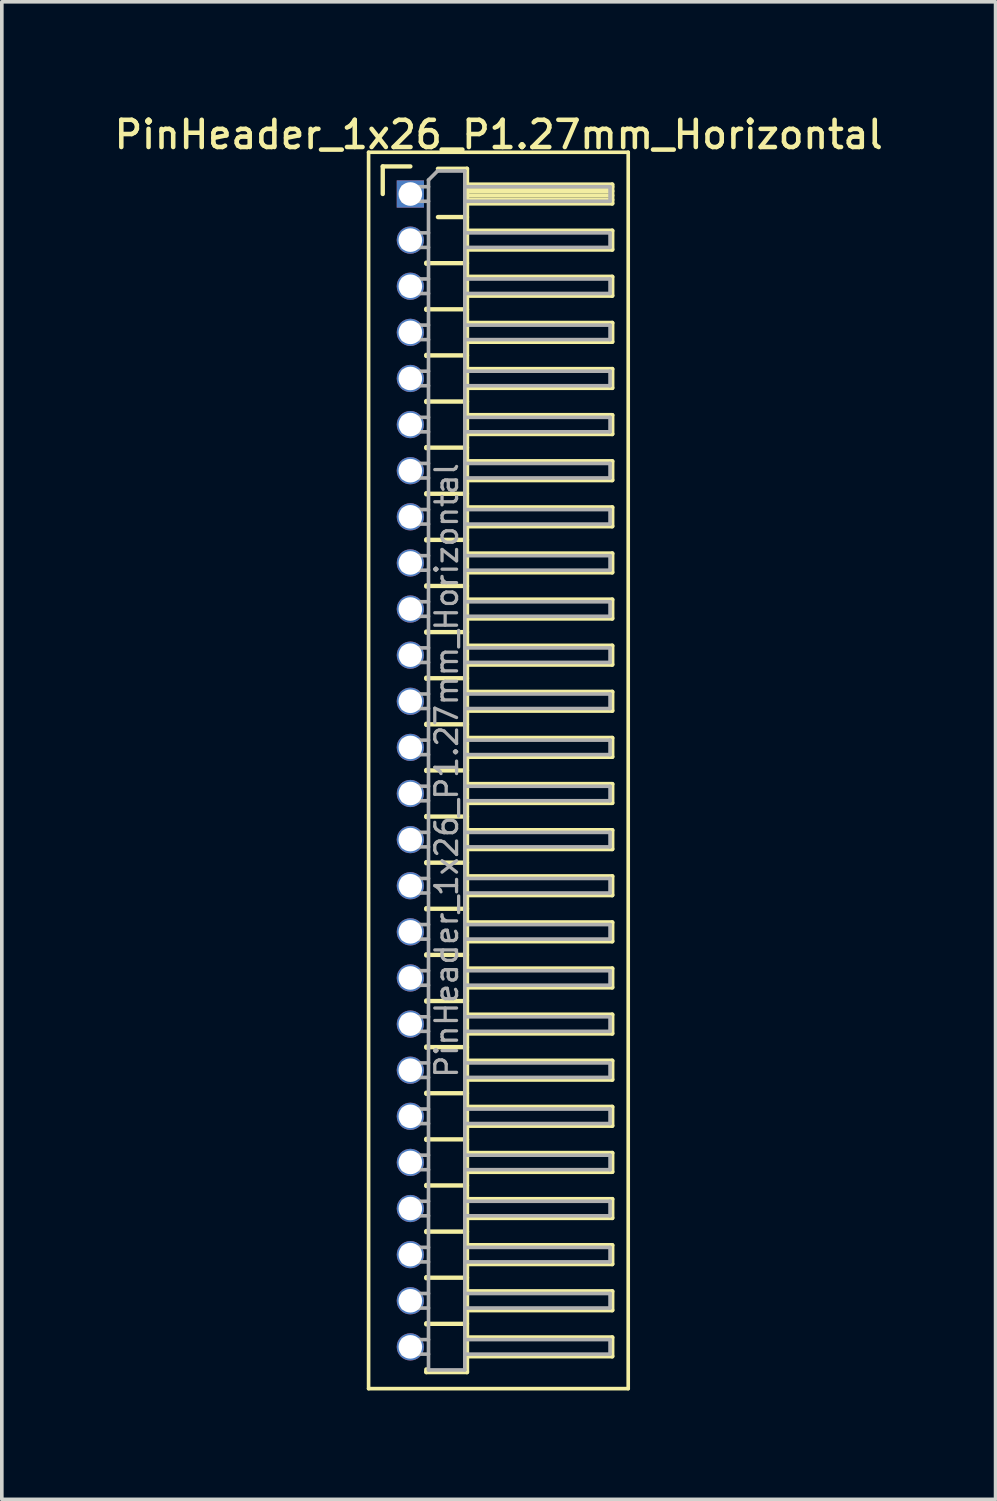
<source format=kicad_pcb>
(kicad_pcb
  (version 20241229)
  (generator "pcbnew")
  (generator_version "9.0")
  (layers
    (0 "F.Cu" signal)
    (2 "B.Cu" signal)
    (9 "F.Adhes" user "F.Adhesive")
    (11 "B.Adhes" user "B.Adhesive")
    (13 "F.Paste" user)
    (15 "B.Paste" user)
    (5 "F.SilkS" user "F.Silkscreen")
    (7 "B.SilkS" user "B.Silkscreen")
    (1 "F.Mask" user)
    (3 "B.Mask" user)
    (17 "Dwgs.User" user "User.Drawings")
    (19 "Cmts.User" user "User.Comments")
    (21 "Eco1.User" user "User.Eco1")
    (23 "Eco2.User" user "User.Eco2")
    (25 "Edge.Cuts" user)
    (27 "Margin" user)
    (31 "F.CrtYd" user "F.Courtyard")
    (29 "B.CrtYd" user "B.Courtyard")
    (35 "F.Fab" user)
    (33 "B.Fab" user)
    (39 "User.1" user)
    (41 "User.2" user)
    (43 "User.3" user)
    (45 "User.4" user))
  (footprint "PinHeader_1x26_P1.27mm_Horizontal"
    (layer "F.Cu")
    (at 8.251 2.293)
    (property "Reference" "PinHeader_1x26_P1.27mm_Horizontal" (at 2.433 -1.635 0) (layer "F.SilkS") (effects (font (size 0.75 0.75) (thickness 0.125))))
    (attr through_hole)
    (fp_line (start -1.15 -1.15) (end -1.15 32.9) (stroke (width 0.1) (type solid)) (layer "F.SilkS"))
    (fp_line (start -1.15 32.9) (end 6 32.9) (stroke (width 0.1) (type solid)) (layer "F.SilkS"))
    (fp_line (start -0.76 -0.76) (end 0 -0.76) (stroke (width 0.12) (type solid)) (layer "F.SilkS"))
    (fp_line (start -0.76 0) (end -0.76 -0.76) (stroke (width 0.12) (type solid)) (layer "F.SilkS"))
    (fp_line (start 0.44 1.89) (end 0.44 1.92) (stroke (width 0.12) (type solid)) (layer "F.SilkS"))
    (fp_line (start 0.44 1.905) (end 1.56 1.905) (stroke (width 0.12) (type solid)) (layer "F.SilkS"))
    (fp_line (start 0.44 3.16) (end 0.44 3.19) (stroke (width 0.12) (type solid)) (layer "F.SilkS"))
    (fp_line (start 0.44 3.175) (end 1.56 3.175) (stroke (width 0.12) (type solid)) (layer "F.SilkS"))
    (fp_line (start 0.44 4.43) (end 0.44 4.46) (stroke (width 0.12) (type solid)) (layer "F.SilkS"))
    (fp_line (start 0.44 4.445) (end 1.56 4.445) (stroke (width 0.12) (type solid)) (layer "F.SilkS"))
    (fp_line (start 0.44 5.7) (end 0.44 5.73) (stroke (width 0.12) (type solid)) (layer "F.SilkS"))
    (fp_line (start 0.44 5.715) (end 1.56 5.715) (stroke (width 0.12) (type solid)) (layer "F.SilkS"))
    (fp_line (start 0.44 6.97) (end 0.44 7) (stroke (width 0.12) (type solid)) (layer "F.SilkS"))
    (fp_line (start 0.44 6.985) (end 1.56 6.985) (stroke (width 0.12) (type solid)) (layer "F.SilkS"))
    (fp_line (start 0.44 8.24) (end 0.44 8.27) (stroke (width 0.12) (type solid)) (layer "F.SilkS"))
    (fp_line (start 0.44 8.255) (end 1.56 8.255) (stroke (width 0.12) (type solid)) (layer "F.SilkS"))
    (fp_line (start 0.44 9.51) (end 0.44 9.54) (stroke (width 0.12) (type solid)) (layer "F.SilkS"))
    (fp_line (start 0.44 9.525) (end 1.56 9.525) (stroke (width 0.12) (type solid)) (layer "F.SilkS"))
    (fp_line (start 0.44 10.78) (end 0.44 10.81) (stroke (width 0.12) (type solid)) (layer "F.SilkS"))
    (fp_line (start 0.44 10.795) (end 1.56 10.795) (stroke (width 0.12) (type solid)) (layer "F.SilkS"))
    (fp_line (start 0.44 12.05) (end 0.44 12.08) (stroke (width 0.12) (type solid)) (layer "F.SilkS"))
    (fp_line (start 0.44 12.065) (end 1.56 12.065) (stroke (width 0.12) (type solid)) (layer "F.SilkS"))
    (fp_line (start 0.44 13.32) (end 0.44 13.35) (stroke (width 0.12) (type solid)) (layer "F.SilkS"))
    (fp_line (start 0.44 13.335) (end 1.56 13.335) (stroke (width 0.12) (type solid)) (layer "F.SilkS"))
    (fp_line (start 0.44 14.59) (end 0.44 14.62) (stroke (width 0.12) (type solid)) (layer "F.SilkS"))
    (fp_line (start 0.44 14.605) (end 1.56 14.605) (stroke (width 0.12) (type solid)) (layer "F.SilkS"))
    (fp_line (start 0.44 15.86) (end 0.44 15.89) (stroke (width 0.12) (type solid)) (layer "F.SilkS"))
    (fp_line (start 0.44 15.875) (end 1.56 15.875) (stroke (width 0.12) (type solid)) (layer "F.SilkS"))
    (fp_line (start 0.44 17.13) (end 0.44 17.16) (stroke (width 0.12) (type solid)) (layer "F.SilkS"))
    (fp_line (start 0.44 17.145) (end 1.56 17.145) (stroke (width 0.12) (type solid)) (layer "F.SilkS"))
    (fp_line (start 0.44 18.4) (end 0.44 18.43) (stroke (width 0.12) (type solid)) (layer "F.SilkS"))
    (fp_line (start 0.44 18.415) (end 1.56 18.415) (stroke (width 0.12) (type solid)) (layer "F.SilkS"))
    (fp_line (start 0.44 19.67) (end 0.44 19.7) (stroke (width 0.12) (type solid)) (layer "F.SilkS"))
    (fp_line (start 0.44 19.685) (end 1.56 19.685) (stroke (width 0.12) (type solid)) (layer "F.SilkS"))
    (fp_line (start 0.44 20.94) (end 0.44 20.97) (stroke (width 0.12) (type solid)) (layer "F.SilkS"))
    (fp_line (start 0.44 20.955) (end 1.56 20.955) (stroke (width 0.12) (type solid)) (layer "F.SilkS"))
    (fp_line (start 0.44 22.21) (end 0.44 22.24) (stroke (width 0.12) (type solid)) (layer "F.SilkS"))
    (fp_line (start 0.44 22.225) (end 1.56 22.225) (stroke (width 0.12) (type solid)) (layer "F.SilkS"))
    (fp_line (start 0.44 23.48) (end 0.44 23.51) (stroke (width 0.12) (type solid)) (layer "F.SilkS"))
    (fp_line (start 0.44 23.495) (end 1.56 23.495) (stroke (width 0.12) (type solid)) (layer "F.SilkS"))
    (fp_line (start 0.44 24.75) (end 0.44 24.78) (stroke (width 0.12) (type solid)) (layer "F.SilkS"))
    (fp_line (start 0.44 24.765) (end 1.56 24.765) (stroke (width 0.12) (type solid)) (layer "F.SilkS"))
    (fp_line (start 0.44 26.02) (end 0.44 26.05) (stroke (width 0.12) (type solid)) (layer "F.SilkS"))
    (fp_line (start 0.44 26.035) (end 1.56 26.035) (stroke (width 0.12) (type solid)) (layer "F.SilkS"))
    (fp_line (start 0.44 27.29) (end 0.44 27.32) (stroke (width 0.12) (type solid)) (layer "F.SilkS"))
    (fp_line (start 0.44 27.305) (end 1.56 27.305) (stroke (width 0.12) (type solid)) (layer "F.SilkS"))
    (fp_line (start 0.44 28.56) (end 0.44 28.59) (stroke (width 0.12) (type solid)) (layer "F.SilkS"))
    (fp_line (start 0.44 28.575) (end 1.56 28.575) (stroke (width 0.12) (type solid)) (layer "F.SilkS"))
    (fp_line (start 0.44 29.83) (end 0.44 29.86) (stroke (width 0.12) (type solid)) (layer "F.SilkS"))
    (fp_line (start 0.44 29.845) (end 1.56 29.845) (stroke (width 0.12) (type solid)) (layer "F.SilkS"))
    (fp_line (start 0.44 31.1) (end 0.44 31.13) (stroke (width 0.12) (type solid)) (layer "F.SilkS"))
    (fp_line (start 0.44 31.115) (end 1.56 31.115) (stroke (width 0.12) (type solid)) (layer "F.SilkS"))
    (fp_line (start 0.44 32.445) (end 0.44 32.37) (stroke (width 0.12) (type solid)) (layer "F.SilkS"))
    (fp_line (start 0.76 -0.695) (end 1.56 -0.695) (stroke (width 0.12) (type solid)) (layer "F.SilkS"))
    (fp_line (start 0.76 0.635) (end 1.56 0.635) (stroke (width 0.12) (type solid)) (layer "F.SilkS"))
    (fp_line (start 1.56 -0.695) (end 1.56 32.445) (stroke (width 0.12) (type solid)) (layer "F.SilkS"))
    (fp_line (start 1.56 -0.26) (end 5.56 -0.26) (stroke (width 0.12) (type solid)) (layer "F.SilkS"))
    (fp_line (start 1.56 -0.2) (end 5.56 -0.2) (stroke (width 0.12) (type solid)) (layer "F.SilkS"))
    (fp_line (start 1.56 -0.08) (end 5.56 -0.08) (stroke (width 0.12) (type solid)) (layer "F.SilkS"))
    (fp_line (start 1.56 0.04) (end 5.56 0.04) (stroke (width 0.12) (type solid)) (layer "F.SilkS"))
    (fp_line (start 1.56 0.16) (end 5.56 0.16) (stroke (width 0.12) (type solid)) (layer "F.SilkS"))
    (fp_line (start 1.56 1.01) (end 5.56 1.01) (stroke (width 0.12) (type solid)) (layer "F.SilkS"))
    (fp_line (start 1.56 2.28) (end 5.56 2.28) (stroke (width 0.12) (type solid)) (layer "F.SilkS"))
    (fp_line (start 1.56 3.55) (end 5.56 3.55) (stroke (width 0.12) (type solid)) (layer "F.SilkS"))
    (fp_line (start 1.56 4.82) (end 5.56 4.82) (stroke (width 0.12) (type solid)) (layer "F.SilkS"))
    (fp_line (start 1.56 6.09) (end 5.56 6.09) (stroke (width 0.12) (type solid)) (layer "F.SilkS"))
    (fp_line (start 1.56 7.36) (end 5.56 7.36) (stroke (width 0.12) (type solid)) (layer "F.SilkS"))
    (fp_line (start 1.56 8.63) (end 5.56 8.63) (stroke (width 0.12) (type solid)) (layer "F.SilkS"))
    (fp_line (start 1.56 9.9) (end 5.56 9.9) (stroke (width 0.12) (type solid)) (layer "F.SilkS"))
    (fp_line (start 1.56 11.17) (end 5.56 11.17) (stroke (width 0.12) (type solid)) (layer "F.SilkS"))
    (fp_line (start 1.56 12.44) (end 5.56 12.44) (stroke (width 0.12) (type solid)) (layer "F.SilkS"))
    (fp_line (start 1.56 13.71) (end 5.56 13.71) (stroke (width 0.12) (type solid)) (layer "F.SilkS"))
    (fp_line (start 1.56 14.98) (end 5.56 14.98) (stroke (width 0.12) (type solid)) (layer "F.SilkS"))
    (fp_line (start 1.56 16.25) (end 5.56 16.25) (stroke (width 0.12) (type solid)) (layer "F.SilkS"))
    (fp_line (start 1.56 17.52) (end 5.56 17.52) (stroke (width 0.12) (type solid)) (layer "F.SilkS"))
    (fp_line (start 1.56 18.79) (end 5.56 18.79) (stroke (width 0.12) (type solid)) (layer "F.SilkS"))
    (fp_line (start 1.56 20.06) (end 5.56 20.06) (stroke (width 0.12) (type solid)) (layer "F.SilkS"))
    (fp_line (start 1.56 21.33) (end 5.56 21.33) (stroke (width 0.12) (type solid)) (layer "F.SilkS"))
    (fp_line (start 1.56 22.6) (end 5.56 22.6) (stroke (width 0.12) (type solid)) (layer "F.SilkS"))
    (fp_line (start 1.56 23.87) (end 5.56 23.87) (stroke (width 0.12) (type solid)) (layer "F.SilkS"))
    (fp_line (start 1.56 25.14) (end 5.56 25.14) (stroke (width 0.12) (type solid)) (layer "F.SilkS"))
    (fp_line (start 1.56 26.41) (end 5.56 26.41) (stroke (width 0.12) (type solid)) (layer "F.SilkS"))
    (fp_line (start 1.56 27.68) (end 5.56 27.68) (stroke (width 0.12) (type solid)) (layer "F.SilkS"))
    (fp_line (start 1.56 28.95) (end 5.56 28.95) (stroke (width 0.12) (type solid)) (layer "F.SilkS"))
    (fp_line (start 1.56 30.22) (end 5.56 30.22) (stroke (width 0.12) (type solid)) (layer "F.SilkS"))
    (fp_line (start 1.56 31.49) (end 5.56 31.49) (stroke (width 0.12) (type solid)) (layer "F.SilkS"))
    (fp_line (start 1.56 32.445) (end 0.44 32.445) (stroke (width 0.12) (type solid)) (layer "F.SilkS"))
    (fp_line (start 5.56 -0.26) (end 5.56 0.26) (stroke (width 0.12) (type solid)) (layer "F.SilkS"))
    (fp_line (start 5.56 0.26) (end 1.56 0.26) (stroke (width 0.12) (type solid)) (layer "F.SilkS"))
    (fp_line (start 5.56 1.01) (end 5.56 1.53) (stroke (width 0.12) (type solid)) (layer "F.SilkS"))
    (fp_line (start 5.56 1.53) (end 1.56 1.53) (stroke (width 0.12) (type solid)) (layer "F.SilkS"))
    (fp_line (start 5.56 2.28) (end 5.56 2.8) (stroke (width 0.12) (type solid)) (layer "F.SilkS"))
    (fp_line (start 5.56 2.8) (end 1.56 2.8) (stroke (width 0.12) (type solid)) (layer "F.SilkS"))
    (fp_line (start 5.56 3.55) (end 5.56 4.07) (stroke (width 0.12) (type solid)) (layer "F.SilkS"))
    (fp_line (start 5.56 4.07) (end 1.56 4.07) (stroke (width 0.12) (type solid)) (layer "F.SilkS"))
    (fp_line (start 5.56 4.82) (end 5.56 5.34) (stroke (width 0.12) (type solid)) (layer "F.SilkS"))
    (fp_line (start 5.56 5.34) (end 1.56 5.34) (stroke (width 0.12) (type solid)) (layer "F.SilkS"))
    (fp_line (start 5.56 6.09) (end 5.56 6.61) (stroke (width 0.12) (type solid)) (layer "F.SilkS"))
    (fp_line (start 5.56 6.61) (end 1.56 6.61) (stroke (width 0.12) (type solid)) (layer "F.SilkS"))
    (fp_line (start 5.56 7.36) (end 5.56 7.88) (stroke (width 0.12) (type solid)) (layer "F.SilkS"))
    (fp_line (start 5.56 7.88) (end 1.56 7.88) (stroke (width 0.12) (type solid)) (layer "F.SilkS"))
    (fp_line (start 5.56 8.63) (end 5.56 9.15) (stroke (width 0.12) (type solid)) (layer "F.SilkS"))
    (fp_line (start 5.56 9.15) (end 1.56 9.15) (stroke (width 0.12) (type solid)) (layer "F.SilkS"))
    (fp_line (start 5.56 9.9) (end 5.56 10.42) (stroke (width 0.12) (type solid)) (layer "F.SilkS"))
    (fp_line (start 5.56 10.42) (end 1.56 10.42) (stroke (width 0.12) (type solid)) (layer "F.SilkS"))
    (fp_line (start 5.56 11.17) (end 5.56 11.69) (stroke (width 0.12) (type solid)) (layer "F.SilkS"))
    (fp_line (start 5.56 11.69) (end 1.56 11.69) (stroke (width 0.12) (type solid)) (layer "F.SilkS"))
    (fp_line (start 5.56 12.44) (end 5.56 12.96) (stroke (width 0.12) (type solid)) (layer "F.SilkS"))
    (fp_line (start 5.56 12.96) (end 1.56 12.96) (stroke (width 0.12) (type solid)) (layer "F.SilkS"))
    (fp_line (start 5.56 13.71) (end 5.56 14.23) (stroke (width 0.12) (type solid)) (layer "F.SilkS"))
    (fp_line (start 5.56 14.23) (end 1.56 14.23) (stroke (width 0.12) (type solid)) (layer "F.SilkS"))
    (fp_line (start 5.56 14.98) (end 5.56 15.5) (stroke (width 0.12) (type solid)) (layer "F.SilkS"))
    (fp_line (start 5.56 15.5) (end 1.56 15.5) (stroke (width 0.12) (type solid)) (layer "F.SilkS"))
    (fp_line (start 5.56 16.25) (end 5.56 16.77) (stroke (width 0.12) (type solid)) (layer "F.SilkS"))
    (fp_line (start 5.56 16.77) (end 1.56 16.77) (stroke (width 0.12) (type solid)) (layer "F.SilkS"))
    (fp_line (start 5.56 17.52) (end 5.56 18.04) (stroke (width 0.12) (type solid)) (layer "F.SilkS"))
    (fp_line (start 5.56 18.04) (end 1.56 18.04) (stroke (width 0.12) (type solid)) (layer "F.SilkS"))
    (fp_line (start 5.56 18.79) (end 5.56 19.31) (stroke (width 0.12) (type solid)) (layer "F.SilkS"))
    (fp_line (start 5.56 19.31) (end 1.56 19.31) (stroke (width 0.12) (type solid)) (layer "F.SilkS"))
    (fp_line (start 5.56 20.06) (end 5.56 20.58) (stroke (width 0.12) (type solid)) (layer "F.SilkS"))
    (fp_line (start 5.56 20.58) (end 1.56 20.58) (stroke (width 0.12) (type solid)) (layer "F.SilkS"))
    (fp_line (start 5.56 21.33) (end 5.56 21.85) (stroke (width 0.12) (type solid)) (layer "F.SilkS"))
    (fp_line (start 5.56 21.85) (end 1.56 21.85) (stroke (width 0.12) (type solid)) (layer "F.SilkS"))
    (fp_line (start 5.56 22.6) (end 5.56 23.12) (stroke (width 0.12) (type solid)) (layer "F.SilkS"))
    (fp_line (start 5.56 23.12) (end 1.56 23.12) (stroke (width 0.12) (type solid)) (layer "F.SilkS"))
    (fp_line (start 5.56 23.87) (end 5.56 24.39) (stroke (width 0.12) (type solid)) (layer "F.SilkS"))
    (fp_line (start 5.56 24.39) (end 1.56 24.39) (stroke (width 0.12) (type solid)) (layer "F.SilkS"))
    (fp_line (start 5.56 25.14) (end 5.56 25.66) (stroke (width 0.12) (type solid)) (layer "F.SilkS"))
    (fp_line (start 5.56 25.66) (end 1.56 25.66) (stroke (width 0.12) (type solid)) (layer "F.SilkS"))
    (fp_line (start 5.56 26.41) (end 5.56 26.93) (stroke (width 0.12) (type solid)) (layer "F.SilkS"))
    (fp_line (start 5.56 26.93) (end 1.56 26.93) (stroke (width 0.12) (type solid)) (layer "F.SilkS"))
    (fp_line (start 5.56 27.68) (end 5.56 28.2) (stroke (width 0.12) (type solid)) (layer "F.SilkS"))
    (fp_line (start 5.56 28.2) (end 1.56 28.2) (stroke (width 0.12) (type solid)) (layer "F.SilkS"))
    (fp_line (start 5.56 28.95) (end 5.56 29.47) (stroke (width 0.12) (type solid)) (layer "F.SilkS"))
    (fp_line (start 5.56 29.47) (end 1.56 29.47) (stroke (width 0.12) (type solid)) (layer "F.SilkS"))
    (fp_line (start 5.56 30.22) (end 5.56 30.74) (stroke (width 0.12) (type solid)) (layer "F.SilkS"))
    (fp_line (start 5.56 30.74) (end 1.56 30.74) (stroke (width 0.12) (type solid)) (layer "F.SilkS"))
    (fp_line (start 5.56 31.49) (end 5.56 32.01) (stroke (width 0.12) (type solid)) (layer "F.SilkS"))
    (fp_line (start 5.56 32.01) (end 1.56 32.01) (stroke (width 0.12) (type solid)) (layer "F.SilkS"))
    (fp_line (start 6 -1.15) (end -1.15 -1.15) (stroke (width 0.1) (type solid)) (layer "F.SilkS"))
    (fp_line (start 6 32.9) (end 6 -1.15) (stroke (width 0.1) (type solid)) (layer "F.SilkS"))
    (fp_line (start -0.2 -0.2) (end -0.2 0.2) (stroke (width 0.1) (type solid)) (layer "F.Fab"))
    (fp_line (start -0.2 -0.2) (end 0.5 -0.2) (stroke (width 0.1) (type solid)) (layer "F.Fab"))
    (fp_line (start -0.2 0.2) (end 0.5 0.2) (stroke (width 0.1) (type solid)) (layer "F.Fab"))
    (fp_line (start -0.2 1.07) (end -0.2 1.47) (stroke (width 0.1) (type solid)) (layer "F.Fab"))
    (fp_line (start -0.2 1.07) (end 0.5 1.07) (stroke (width 0.1) (type solid)) (layer "F.Fab"))
    (fp_line (start -0.2 1.47) (end 0.5 1.47) (stroke (width 0.1) (type solid)) (layer "F.Fab"))
    (fp_line (start -0.2 2.34) (end -0.2 2.74) (stroke (width 0.1) (type solid)) (layer "F.Fab"))
    (fp_line (start -0.2 2.34) (end 0.5 2.34) (stroke (width 0.1) (type solid)) (layer "F.Fab"))
    (fp_line (start -0.2 2.74) (end 0.5 2.74) (stroke (width 0.1) (type solid)) (layer "F.Fab"))
    (fp_line (start -0.2 3.61) (end -0.2 4.01) (stroke (width 0.1) (type solid)) (layer "F.Fab"))
    (fp_line (start -0.2 3.61) (end 0.5 3.61) (stroke (width 0.1) (type solid)) (layer "F.Fab"))
    (fp_line (start -0.2 4.01) (end 0.5 4.01) (stroke (width 0.1) (type solid)) (layer "F.Fab"))
    (fp_line (start -0.2 4.88) (end -0.2 5.28) (stroke (width 0.1) (type solid)) (layer "F.Fab"))
    (fp_line (start -0.2 4.88) (end 0.5 4.88) (stroke (width 0.1) (type solid)) (layer "F.Fab"))
    (fp_line (start -0.2 5.28) (end 0.5 5.28) (stroke (width 0.1) (type solid)) (layer "F.Fab"))
    (fp_line (start -0.2 6.15) (end -0.2 6.55) (stroke (width 0.1) (type solid)) (layer "F.Fab"))
    (fp_line (start -0.2 6.15) (end 0.5 6.15) (stroke (width 0.1) (type solid)) (layer "F.Fab"))
    (fp_line (start -0.2 6.55) (end 0.5 6.55) (stroke (width 0.1) (type solid)) (layer "F.Fab"))
    (fp_line (start -0.2 7.42) (end -0.2 7.82) (stroke (width 0.1) (type solid)) (layer "F.Fab"))
    (fp_line (start -0.2 7.42) (end 0.5 7.42) (stroke (width 0.1) (type solid)) (layer "F.Fab"))
    (fp_line (start -0.2 7.82) (end 0.5 7.82) (stroke (width 0.1) (type solid)) (layer "F.Fab"))
    (fp_line (start -0.2 8.69) (end -0.2 9.09) (stroke (width 0.1) (type solid)) (layer "F.Fab"))
    (fp_line (start -0.2 8.69) (end 0.5 8.69) (stroke (width 0.1) (type solid)) (layer "F.Fab"))
    (fp_line (start -0.2 9.09) (end 0.5 9.09) (stroke (width 0.1) (type solid)) (layer "F.Fab"))
    (fp_line (start -0.2 9.96) (end -0.2 10.36) (stroke (width 0.1) (type solid)) (layer "F.Fab"))
    (fp_line (start -0.2 9.96) (end 0.5 9.96) (stroke (width 0.1) (type solid)) (layer "F.Fab"))
    (fp_line (start -0.2 10.36) (end 0.5 10.36) (stroke (width 0.1) (type solid)) (layer "F.Fab"))
    (fp_line (start -0.2 11.23) (end -0.2 11.63) (stroke (width 0.1) (type solid)) (layer "F.Fab"))
    (fp_line (start -0.2 11.23) (end 0.5 11.23) (stroke (width 0.1) (type solid)) (layer "F.Fab"))
    (fp_line (start -0.2 11.63) (end 0.5 11.63) (stroke (width 0.1) (type solid)) (layer "F.Fab"))
    (fp_line (start -0.2 12.5) (end -0.2 12.9) (stroke (width 0.1) (type solid)) (layer "F.Fab"))
    (fp_line (start -0.2 12.5) (end 0.5 12.5) (stroke (width 0.1) (type solid)) (layer "F.Fab"))
    (fp_line (start -0.2 12.9) (end 0.5 12.9) (stroke (width 0.1) (type solid)) (layer "F.Fab"))
    (fp_line (start -0.2 13.77) (end -0.2 14.17) (stroke (width 0.1) (type solid)) (layer "F.Fab"))
    (fp_line (start -0.2 13.77) (end 0.5 13.77) (stroke (width 0.1) (type solid)) (layer "F.Fab"))
    (fp_line (start -0.2 14.17) (end 0.5 14.17) (stroke (width 0.1) (type solid)) (layer "F.Fab"))
    (fp_line (start -0.2 15.04) (end -0.2 15.44) (stroke (width 0.1) (type solid)) (layer "F.Fab"))
    (fp_line (start -0.2 15.04) (end 0.5 15.04) (stroke (width 0.1) (type solid)) (layer "F.Fab"))
    (fp_line (start -0.2 15.44) (end 0.5 15.44) (stroke (width 0.1) (type solid)) (layer "F.Fab"))
    (fp_line (start -0.2 16.31) (end -0.2 16.71) (stroke (width 0.1) (type solid)) (layer "F.Fab"))
    (fp_line (start -0.2 16.31) (end 0.5 16.31) (stroke (width 0.1) (type solid)) (layer "F.Fab"))
    (fp_line (start -0.2 16.71) (end 0.5 16.71) (stroke (width 0.1) (type solid)) (layer "F.Fab"))
    (fp_line (start -0.2 17.58) (end -0.2 17.98) (stroke (width 0.1) (type solid)) (layer "F.Fab"))
    (fp_line (start -0.2 17.58) (end 0.5 17.58) (stroke (width 0.1) (type solid)) (layer "F.Fab"))
    (fp_line (start -0.2 17.98) (end 0.5 17.98) (stroke (width 0.1) (type solid)) (layer "F.Fab"))
    (fp_line (start -0.2 18.85) (end -0.2 19.25) (stroke (width 0.1) (type solid)) (layer "F.Fab"))
    (fp_line (start -0.2 18.85) (end 0.5 18.85) (stroke (width 0.1) (type solid)) (layer "F.Fab"))
    (fp_line (start -0.2 19.25) (end 0.5 19.25) (stroke (width 0.1) (type solid)) (layer "F.Fab"))
    (fp_line (start -0.2 20.12) (end -0.2 20.52) (stroke (width 0.1) (type solid)) (layer "F.Fab"))
    (fp_line (start -0.2 20.12) (end 0.5 20.12) (stroke (width 0.1) (type solid)) (layer "F.Fab"))
    (fp_line (start -0.2 20.52) (end 0.5 20.52) (stroke (width 0.1) (type solid)) (layer "F.Fab"))
    (fp_line (start -0.2 21.39) (end -0.2 21.79) (stroke (width 0.1) (type solid)) (layer "F.Fab"))
    (fp_line (start -0.2 21.39) (end 0.5 21.39) (stroke (width 0.1) (type solid)) (layer "F.Fab"))
    (fp_line (start -0.2 21.79) (end 0.5 21.79) (stroke (width 0.1) (type solid)) (layer "F.Fab"))
    (fp_line (start -0.2 22.66) (end -0.2 23.06) (stroke (width 0.1) (type solid)) (layer "F.Fab"))
    (fp_line (start -0.2 22.66) (end 0.5 22.66) (stroke (width 0.1) (type solid)) (layer "F.Fab"))
    (fp_line (start -0.2 23.06) (end 0.5 23.06) (stroke (width 0.1) (type solid)) (layer "F.Fab"))
    (fp_line (start -0.2 23.93) (end -0.2 24.33) (stroke (width 0.1) (type solid)) (layer "F.Fab"))
    (fp_line (start -0.2 23.93) (end 0.5 23.93) (stroke (width 0.1) (type solid)) (layer "F.Fab"))
    (fp_line (start -0.2 24.33) (end 0.5 24.33) (stroke (width 0.1) (type solid)) (layer "F.Fab"))
    (fp_line (start -0.2 25.2) (end -0.2 25.6) (stroke (width 0.1) (type solid)) (layer "F.Fab"))
    (fp_line (start -0.2 25.2) (end 0.5 25.2) (stroke (width 0.1) (type solid)) (layer "F.Fab"))
    (fp_line (start -0.2 25.6) (end 0.5 25.6) (stroke (width 0.1) (type solid)) (layer "F.Fab"))
    (fp_line (start -0.2 26.47) (end -0.2 26.87) (stroke (width 0.1) (type solid)) (layer "F.Fab"))
    (fp_line (start -0.2 26.47) (end 0.5 26.47) (stroke (width 0.1) (type solid)) (layer "F.Fab"))
    (fp_line (start -0.2 26.87) (end 0.5 26.87) (stroke (width 0.1) (type solid)) (layer "F.Fab"))
    (fp_line (start -0.2 27.74) (end -0.2 28.14) (stroke (width 0.1) (type solid)) (layer "F.Fab"))
    (fp_line (start -0.2 27.74) (end 0.5 27.74) (stroke (width 0.1) (type solid)) (layer "F.Fab"))
    (fp_line (start -0.2 28.14) (end 0.5 28.14) (stroke (width 0.1) (type solid)) (layer "F.Fab"))
    (fp_line (start -0.2 29.01) (end -0.2 29.41) (stroke (width 0.1) (type solid)) (layer "F.Fab"))
    (fp_line (start -0.2 29.01) (end 0.5 29.01) (stroke (width 0.1) (type solid)) (layer "F.Fab"))
    (fp_line (start -0.2 29.41) (end 0.5 29.41) (stroke (width 0.1) (type solid)) (layer "F.Fab"))
    (fp_line (start -0.2 30.28) (end -0.2 30.68) (stroke (width 0.1) (type solid)) (layer "F.Fab"))
    (fp_line (start -0.2 30.28) (end 0.5 30.28) (stroke (width 0.1) (type solid)) (layer "F.Fab"))
    (fp_line (start -0.2 30.68) (end 0.5 30.68) (stroke (width 0.1) (type solid)) (layer "F.Fab"))
    (fp_line (start -0.2 31.55) (end -0.2 31.95) (stroke (width 0.1) (type solid)) (layer "F.Fab"))
    (fp_line (start -0.2 31.55) (end 0.5 31.55) (stroke (width 0.1) (type solid)) (layer "F.Fab"))
    (fp_line (start -0.2 31.95) (end 0.5 31.95) (stroke (width 0.1) (type solid)) (layer "F.Fab"))
    (fp_line (start 0.5 -0.385) (end 0.75 -0.635) (stroke (width 0.1) (type solid)) (layer "F.Fab"))
    (fp_line (start 0.5 32.385) (end 0.5 -0.385) (stroke (width 0.1) (type solid)) (layer "F.Fab"))
    (fp_line (start 0.75 -0.635) (end 1.5 -0.635) (stroke (width 0.1) (type solid)) (layer "F.Fab"))
    (fp_line (start 1.5 -0.635) (end 1.5 32.385) (stroke (width 0.1) (type solid)) (layer "F.Fab"))
    (fp_line (start 1.5 -0.2) (end 5.5 -0.2) (stroke (width 0.1) (type solid)) (layer "F.Fab"))
    (fp_line (start 1.5 0.2) (end 5.5 0.2) (stroke (width 0.1) (type solid)) (layer "F.Fab"))
    (fp_line (start 1.5 1.07) (end 5.5 1.07) (stroke (width 0.1) (type solid)) (layer "F.Fab"))
    (fp_line (start 1.5 1.47) (end 5.5 1.47) (stroke (width 0.1) (type solid)) (layer "F.Fab"))
    (fp_line (start 1.5 2.34) (end 5.5 2.34) (stroke (width 0.1) (type solid)) (layer "F.Fab"))
    (fp_line (start 1.5 2.74) (end 5.5 2.74) (stroke (width 0.1) (type solid)) (layer "F.Fab"))
    (fp_line (start 1.5 3.61) (end 5.5 3.61) (stroke (width 0.1) (type solid)) (layer "F.Fab"))
    (fp_line (start 1.5 4.01) (end 5.5 4.01) (stroke (width 0.1) (type solid)) (layer "F.Fab"))
    (fp_line (start 1.5 4.88) (end 5.5 4.88) (stroke (width 0.1) (type solid)) (layer "F.Fab"))
    (fp_line (start 1.5 5.28) (end 5.5 5.28) (stroke (width 0.1) (type solid)) (layer "F.Fab"))
    (fp_line (start 1.5 6.15) (end 5.5 6.15) (stroke (width 0.1) (type solid)) (layer "F.Fab"))
    (fp_line (start 1.5 6.55) (end 5.5 6.55) (stroke (width 0.1) (type solid)) (layer "F.Fab"))
    (fp_line (start 1.5 7.42) (end 5.5 7.42) (stroke (width 0.1) (type solid)) (layer "F.Fab"))
    (fp_line (start 1.5 7.82) (end 5.5 7.82) (stroke (width 0.1) (type solid)) (layer "F.Fab"))
    (fp_line (start 1.5 8.69) (end 5.5 8.69) (stroke (width 0.1) (type solid)) (layer "F.Fab"))
    (fp_line (start 1.5 9.09) (end 5.5 9.09) (stroke (width 0.1) (type solid)) (layer "F.Fab"))
    (fp_line (start 1.5 9.96) (end 5.5 9.96) (stroke (width 0.1) (type solid)) (layer "F.Fab"))
    (fp_line (start 1.5 10.36) (end 5.5 10.36) (stroke (width 0.1) (type solid)) (layer "F.Fab"))
    (fp_line (start 1.5 11.23) (end 5.5 11.23) (stroke (width 0.1) (type solid)) (layer "F.Fab"))
    (fp_line (start 1.5 11.63) (end 5.5 11.63) (stroke (width 0.1) (type solid)) (layer "F.Fab"))
    (fp_line (start 1.5 12.5) (end 5.5 12.5) (stroke (width 0.1) (type solid)) (layer "F.Fab"))
    (fp_line (start 1.5 12.9) (end 5.5 12.9) (stroke (width 0.1) (type solid)) (layer "F.Fab"))
    (fp_line (start 1.5 13.77) (end 5.5 13.77) (stroke (width 0.1) (type solid)) (layer "F.Fab"))
    (fp_line (start 1.5 14.17) (end 5.5 14.17) (stroke (width 0.1) (type solid)) (layer "F.Fab"))
    (fp_line (start 1.5 15.04) (end 5.5 15.04) (stroke (width 0.1) (type solid)) (layer "F.Fab"))
    (fp_line (start 1.5 15.44) (end 5.5 15.44) (stroke (width 0.1) (type solid)) (layer "F.Fab"))
    (fp_line (start 1.5 16.31) (end 5.5 16.31) (stroke (width 0.1) (type solid)) (layer "F.Fab"))
    (fp_line (start 1.5 16.71) (end 5.5 16.71) (stroke (width 0.1) (type solid)) (layer "F.Fab"))
    (fp_line (start 1.5 17.58) (end 5.5 17.58) (stroke (width 0.1) (type solid)) (layer "F.Fab"))
    (fp_line (start 1.5 17.98) (end 5.5 17.98) (stroke (width 0.1) (type solid)) (layer "F.Fab"))
    (fp_line (start 1.5 18.85) (end 5.5 18.85) (stroke (width 0.1) (type solid)) (layer "F.Fab"))
    (fp_line (start 1.5 19.25) (end 5.5 19.25) (stroke (width 0.1) (type solid)) (layer "F.Fab"))
    (fp_line (start 1.5 20.12) (end 5.5 20.12) (stroke (width 0.1) (type solid)) (layer "F.Fab"))
    (fp_line (start 1.5 20.52) (end 5.5 20.52) (stroke (width 0.1) (type solid)) (layer "F.Fab"))
    (fp_line (start 1.5 21.39) (end 5.5 21.39) (stroke (width 0.1) (type solid)) (layer "F.Fab"))
    (fp_line (start 1.5 21.79) (end 5.5 21.79) (stroke (width 0.1) (type solid)) (layer "F.Fab"))
    (fp_line (start 1.5 22.66) (end 5.5 22.66) (stroke (width 0.1) (type solid)) (layer "F.Fab"))
    (fp_line (start 1.5 23.06) (end 5.5 23.06) (stroke (width 0.1) (type solid)) (layer "F.Fab"))
    (fp_line (start 1.5 23.93) (end 5.5 23.93) (stroke (width 0.1) (type solid)) (layer "F.Fab"))
    (fp_line (start 1.5 24.33) (end 5.5 24.33) (stroke (width 0.1) (type solid)) (layer "F.Fab"))
    (fp_line (start 1.5 25.2) (end 5.5 25.2) (stroke (width 0.1) (type solid)) (layer "F.Fab"))
    (fp_line (start 1.5 25.6) (end 5.5 25.6) (stroke (width 0.1) (type solid)) (layer "F.Fab"))
    (fp_line (start 1.5 26.47) (end 5.5 26.47) (stroke (width 0.1) (type solid)) (layer "F.Fab"))
    (fp_line (start 1.5 26.87) (end 5.5 26.87) (stroke (width 0.1) (type solid)) (layer "F.Fab"))
    (fp_line (start 1.5 27.74) (end 5.5 27.74) (stroke (width 0.1) (type solid)) (layer "F.Fab"))
    (fp_line (start 1.5 28.14) (end 5.5 28.14) (stroke (width 0.1) (type solid)) (layer "F.Fab"))
    (fp_line (start 1.5 29.01) (end 5.5 29.01) (stroke (width 0.1) (type solid)) (layer "F.Fab"))
    (fp_line (start 1.5 29.41) (end 5.5 29.41) (stroke (width 0.1) (type solid)) (layer "F.Fab"))
    (fp_line (start 1.5 30.28) (end 5.5 30.28) (stroke (width 0.1) (type solid)) (layer "F.Fab"))
    (fp_line (start 1.5 30.68) (end 5.5 30.68) (stroke (width 0.1) (type solid)) (layer "F.Fab"))
    (fp_line (start 1.5 31.55) (end 5.5 31.55) (stroke (width 0.1) (type solid)) (layer "F.Fab"))
    (fp_line (start 1.5 31.95) (end 5.5 31.95) (stroke (width 0.1) (type solid)) (layer "F.Fab"))
    (fp_line (start 1.5 32.385) (end 0.5 32.385) (stroke (width 0.1) (type solid)) (layer "F.Fab"))
    (fp_line (start 5.5 -0.2) (end 5.5 0.2) (stroke (width 0.1) (type solid)) (layer "F.Fab"))
    (fp_line (start 5.5 1.07) (end 5.5 1.47) (stroke (width 0.1) (type solid)) (layer "F.Fab"))
    (fp_line (start 5.5 2.34) (end 5.5 2.74) (stroke (width 0.1) (type solid)) (layer "F.Fab"))
    (fp_line (start 5.5 3.61) (end 5.5 4.01) (stroke (width 0.1) (type solid)) (layer "F.Fab"))
    (fp_line (start 5.5 4.88) (end 5.5 5.28) (stroke (width 0.1) (type solid)) (layer "F.Fab"))
    (fp_line (start 5.5 6.15) (end 5.5 6.55) (stroke (width 0.1) (type solid)) (layer "F.Fab"))
    (fp_line (start 5.5 7.42) (end 5.5 7.82) (stroke (width 0.1) (type solid)) (layer "F.Fab"))
    (fp_line (start 5.5 8.69) (end 5.5 9.09) (stroke (width 0.1) (type solid)) (layer "F.Fab"))
    (fp_line (start 5.5 9.96) (end 5.5 10.36) (stroke (width 0.1) (type solid)) (layer "F.Fab"))
    (fp_line (start 5.5 11.23) (end 5.5 11.63) (stroke (width 0.1) (type solid)) (layer "F.Fab"))
    (fp_line (start 5.5 12.5) (end 5.5 12.9) (stroke (width 0.1) (type solid)) (layer "F.Fab"))
    (fp_line (start 5.5 13.77) (end 5.5 14.17) (stroke (width 0.1) (type solid)) (layer "F.Fab"))
    (fp_line (start 5.5 15.04) (end 5.5 15.44) (stroke (width 0.1) (type solid)) (layer "F.Fab"))
    (fp_line (start 5.5 16.31) (end 5.5 16.71) (stroke (width 0.1) (type solid)) (layer "F.Fab"))
    (fp_line (start 5.5 17.58) (end 5.5 17.98) (stroke (width 0.1) (type solid)) (layer "F.Fab"))
    (fp_line (start 5.5 18.85) (end 5.5 19.25) (stroke (width 0.1) (type solid)) (layer "F.Fab"))
    (fp_line (start 5.5 20.12) (end 5.5 20.52) (stroke (width 0.1) (type solid)) (layer "F.Fab"))
    (fp_line (start 5.5 21.39) (end 5.5 21.79) (stroke (width 0.1) (type solid)) (layer "F.Fab"))
    (fp_line (start 5.5 22.66) (end 5.5 23.06) (stroke (width 0.1) (type solid)) (layer "F.Fab"))
    (fp_line (start 5.5 23.93) (end 5.5 24.33) (stroke (width 0.1) (type solid)) (layer "F.Fab"))
    (fp_line (start 5.5 25.2) (end 5.5 25.6) (stroke (width 0.1) (type solid)) (layer "F.Fab"))
    (fp_line (start 5.5 26.47) (end 5.5 26.87) (stroke (width 0.1) (type solid)) (layer "F.Fab"))
    (fp_line (start 5.5 27.74) (end 5.5 28.14) (stroke (width 0.1) (type solid)) (layer "F.Fab"))
    (fp_line (start 5.5 29.01) (end 5.5 29.41) (stroke (width 0.1) (type solid)) (layer "F.Fab"))
    (fp_line (start 5.5 30.28) (end 5.5 30.68) (stroke (width 0.1) (type solid)) (layer "F.Fab"))
    (fp_line (start 5.5 31.55) (end 5.5 31.95) (stroke (width 0.1) (type solid)) (layer "F.Fab"))
    (fp_text user "${REFERENCE}" (at 1 15.875 90) (layer "F.Fab") (effects (font (size 0.6 0.6) (thickness 0.09))))
    (pad "1" thru_hole rect (at 0 0) (size 0.75 0.75) (drill 0.65) (layers "*.Cu" "*.Mask"))
    (pad "2" thru_hole oval (at 0 1.27) (size 0.75 0.75) (drill 0.65) (layers "*.Cu" "*.Mask"))
    (pad "3" thru_hole oval (at 0 2.54) (size 0.75 0.75) (drill 0.65) (layers "*.Cu" "*.Mask"))
    (pad "4" thru_hole oval (at 0 3.81) (size 0.75 0.75) (drill 0.65) (layers "*.Cu" "*.Mask"))
    (pad "5" thru_hole oval (at 0 5.08) (size 0.75 0.75) (drill 0.65) (layers "*.Cu" "*.Mask"))
    (pad "6" thru_hole oval (at 0 6.35) (size 0.75 0.75) (drill 0.65) (layers "*.Cu" "*.Mask"))
    (pad "7" thru_hole oval (at 0 7.62) (size 0.75 0.75) (drill 0.65) (layers "*.Cu" "*.Mask"))
    (pad "8" thru_hole oval (at 0 8.89) (size 0.75 0.75) (drill 0.65) (layers "*.Cu" "*.Mask"))
    (pad "9" thru_hole oval (at 0 10.16) (size 0.75 0.75) (drill 0.65) (layers "*.Cu" "*.Mask"))
    (pad "10" thru_hole oval (at 0 11.43) (size 0.75 0.75) (drill 0.65) (layers "*.Cu" "*.Mask"))
    (pad "11" thru_hole oval (at 0 12.7) (size 0.75 0.75) (drill 0.65) (layers "*.Cu" "*.Mask"))
    (pad "12" thru_hole oval (at 0 13.97) (size 0.75 0.75) (drill 0.65) (layers "*.Cu" "*.Mask"))
    (pad "13" thru_hole oval (at 0 15.24) (size 0.75 0.75) (drill 0.65) (layers "*.Cu" "*.Mask"))
    (pad "14" thru_hole oval (at 0 16.51) (size 0.75 0.75) (drill 0.65) (layers "*.Cu" "*.Mask"))
    (pad "15" thru_hole oval (at 0 17.78) (size 0.75 0.75) (drill 0.65) (layers "*.Cu" "*.Mask"))
    (pad "16" thru_hole oval (at 0 19.05) (size 0.75 0.75) (drill 0.65) (layers "*.Cu" "*.Mask"))
    (pad "17" thru_hole oval (at 0 20.32) (size 0.75 0.75) (drill 0.65) (layers "*.Cu" "*.Mask"))
    (pad "18" thru_hole oval (at 0 21.59) (size 0.75 0.75) (drill 0.65) (layers "*.Cu" "*.Mask"))
    (pad "19" thru_hole oval (at 0 22.86) (size 0.75 0.75) (drill 0.65) (layers "*.Cu" "*.Mask"))
    (pad "20" thru_hole oval (at 0 24.13) (size 0.75 0.75) (drill 0.65) (layers "*.Cu" "*.Mask"))
    (pad "21" thru_hole oval (at 0 25.4) (size 0.75 0.75) (drill 0.65) (layers "*.Cu" "*.Mask"))
    (pad "22" thru_hole oval (at 0 26.67) (size 0.75 0.75) (drill 0.65) (layers "*.Cu" "*.Mask"))
    (pad "23" thru_hole oval (at 0 27.94) (size 0.75 0.75) (drill 0.65) (layers "*.Cu" "*.Mask"))
    (pad "24" thru_hole oval (at 0 29.21) (size 0.75 0.75) (drill 0.65) (layers "*.Cu" "*.Mask"))
    (pad "25" thru_hole oval (at 0 30.48) (size 0.75 0.75) (drill 0.65) (layers "*.Cu" "*.Mask"))
    (pad "26" thru_hole oval (at 0 31.75) (size 0.75 0.75) (drill 0.65) (layers "*.Cu" "*.Mask")))
  (gr_rect
    (start -3 -3)
    (end 24.368 38.243)
    (stroke (width 0.1) (type default))
    (fill no)
    (layer "Edge.Cuts")))
</source>
